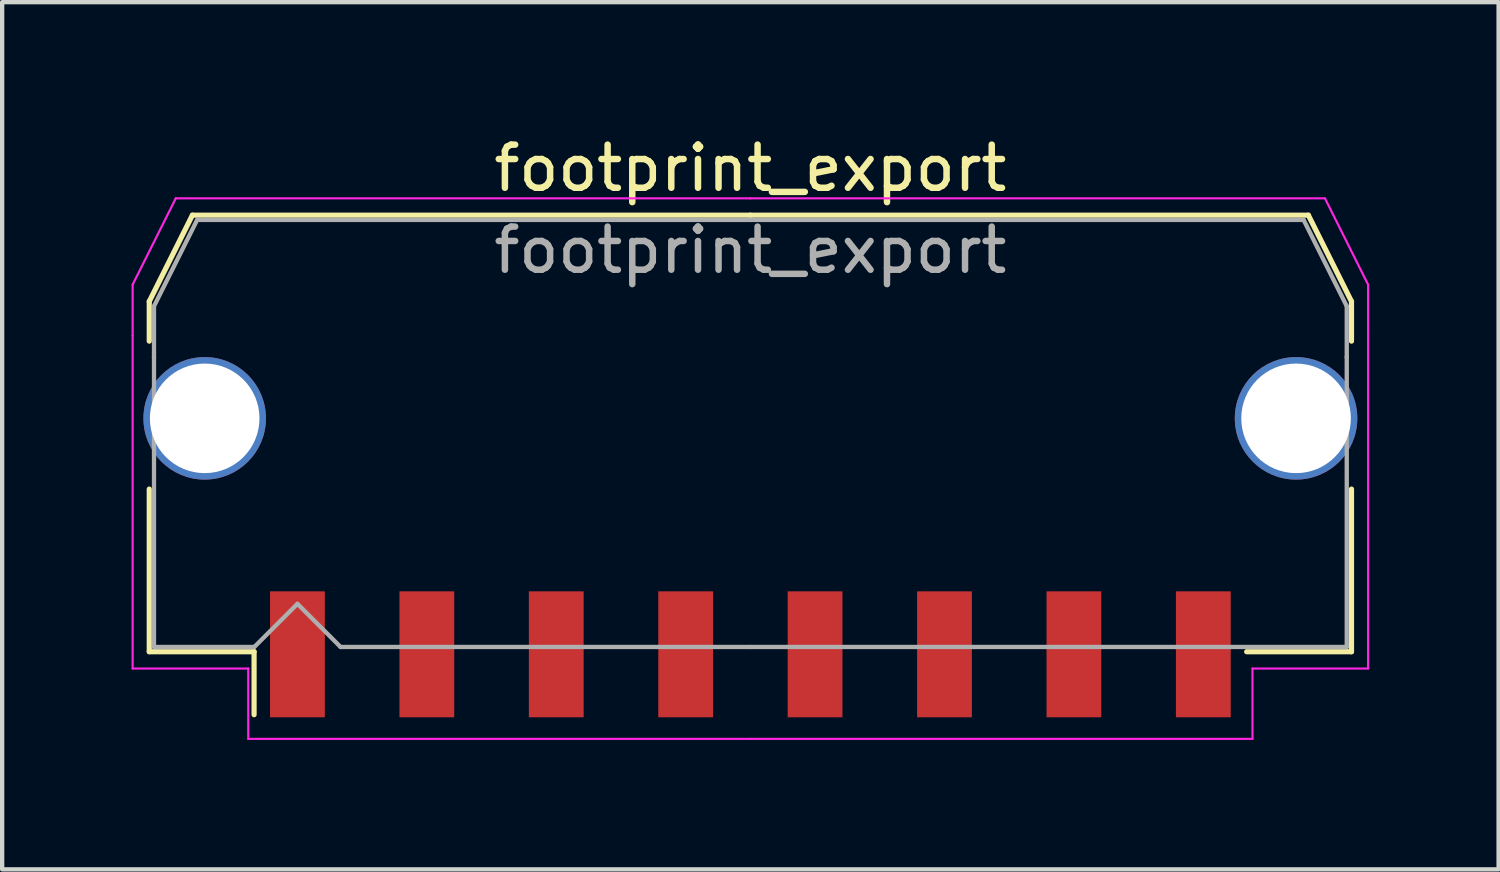
<source format=kicad_pcb>
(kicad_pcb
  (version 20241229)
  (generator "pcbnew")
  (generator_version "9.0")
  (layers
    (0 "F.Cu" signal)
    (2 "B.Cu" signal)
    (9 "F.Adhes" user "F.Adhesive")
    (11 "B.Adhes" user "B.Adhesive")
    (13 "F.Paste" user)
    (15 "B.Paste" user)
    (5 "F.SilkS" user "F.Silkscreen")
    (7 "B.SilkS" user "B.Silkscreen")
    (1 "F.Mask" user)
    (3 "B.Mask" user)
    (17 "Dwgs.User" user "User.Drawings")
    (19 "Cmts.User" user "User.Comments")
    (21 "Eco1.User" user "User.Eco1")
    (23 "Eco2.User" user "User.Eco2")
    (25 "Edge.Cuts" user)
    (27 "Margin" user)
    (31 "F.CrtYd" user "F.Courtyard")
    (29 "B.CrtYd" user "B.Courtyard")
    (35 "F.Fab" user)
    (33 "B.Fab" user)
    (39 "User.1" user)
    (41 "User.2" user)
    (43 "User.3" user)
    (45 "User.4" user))
  (footprint "footprint_export"
    (layer "F.Cu")
    (at 14.345 6.998)
    (property "Reference" "footprint_export" (at 0 -6.15 0) (layer "F.SilkS") (effects (font (size 1 1) (thickness 0.15))))
    (attr smd)
    (fp_line (start -13.935 -3.06) (end -13.935 -2.14) (stroke (width 0.12) (type solid)) (layer "F.SilkS"))
    (fp_line (start -13.935 1.29) (end -13.935 5.06) (stroke (width 0.12) (type solid)) (layer "F.SilkS"))
    (fp_line (start -13.935 5.06) (end -11.505 5.06) (stroke (width 0.12) (type solid)) (layer "F.SilkS"))
    (fp_line (start -12.935 -5.06) (end -13.935 -3.06) (stroke (width 0.12) (type solid)) (layer "F.SilkS"))
    (fp_line (start -11.505 5.06) (end -11.505 6.52) (stroke (width 0.12) (type solid)) (layer "F.SilkS"))
    (fp_line (start 0 -5.06) (end -12.935 -5.06) (stroke (width 0.12) (type solid)) (layer "F.SilkS"))
    (fp_line (start 0 -5.06) (end 12.935 -5.06) (stroke (width 0.12) (type solid)) (layer "F.SilkS"))
    (fp_line (start 12.935 -5.06) (end 13.935 -3.06) (stroke (width 0.12) (type solid)) (layer "F.SilkS"))
    (fp_line (start 13.935 -3.06) (end 13.935 -2.14) (stroke (width 0.12) (type solid)) (layer "F.SilkS"))
    (fp_line (start 13.935 1.29) (end 13.935 5.06) (stroke (width 0.12) (type solid)) (layer "F.SilkS"))
    (fp_line (start 13.935 5.06) (end 11.505 5.06) (stroke (width 0.12) (type solid)) (layer "F.SilkS"))
    (fp_line (start -14.32 -3.45) (end -14.32 -2.27) (stroke (width 0.05) (type solid)) (layer "F.CrtYd"))
    (fp_line (start -14.32 -2.27) (end -14.32 5.45) (stroke (width 0.05) (type solid)) (layer "F.CrtYd"))
    (fp_line (start -14.32 5.45) (end -11.64 5.45) (stroke (width 0.05) (type solid)) (layer "F.CrtYd"))
    (fp_line (start -13.32 -5.45) (end -14.32 -3.45) (stroke (width 0.05) (type solid)) (layer "F.CrtYd"))
    (fp_line (start -11.64 5.45) (end -11.64 7.08) (stroke (width 0.05) (type solid)) (layer "F.CrtYd"))
    (fp_line (start -11.64 7.08) (end 0 7.08) (stroke (width 0.05) (type solid)) (layer "F.CrtYd"))
    (fp_line (start 0 -5.45) (end -13.32 -5.45) (stroke (width 0.05) (type solid)) (layer "F.CrtYd"))
    (fp_line (start 0 -5.45) (end 13.32 -5.45) (stroke (width 0.05) (type solid)) (layer "F.CrtYd"))
    (fp_line (start 11.64 5.45) (end 11.64 7.08) (stroke (width 0.05) (type solid)) (layer "F.CrtYd"))
    (fp_line (start 11.64 7.08) (end 0 7.08) (stroke (width 0.05) (type solid)) (layer "F.CrtYd"))
    (fp_line (start 13.32 -5.45) (end 14.32 -3.45) (stroke (width 0.05) (type solid)) (layer "F.CrtYd"))
    (fp_line (start 14.32 -3.45) (end 14.32 -2.27) (stroke (width 0.05) (type solid)) (layer "F.CrtYd"))
    (fp_line (start 14.32 -2.27) (end 14.32 5.45) (stroke (width 0.05) (type solid)) (layer "F.CrtYd"))
    (fp_line (start 14.32 5.45) (end 11.64 5.45) (stroke (width 0.05) (type solid)) (layer "F.CrtYd"))
    (fp_line (start -13.825 -2.95) (end -13.825 -1.77) (stroke (width 0.1) (type solid)) (layer "F.Fab"))
    (fp_line (start -13.825 -1.77) (end -13.825 4.95) (stroke (width 0.1) (type solid)) (layer "F.Fab"))
    (fp_line (start -13.825 4.95) (end -11.5 4.95) (stroke (width 0.1) (type solid)) (layer "F.Fab"))
    (fp_line (start -12.825 -4.95) (end -13.825 -2.95) (stroke (width 0.1) (type solid)) (layer "F.Fab"))
    (fp_line (start -11.5 4.95) (end -10.5 3.95) (stroke (width 0.1) (type solid)) (layer "F.Fab"))
    (fp_line (start -10.5 3.95) (end -9.5 4.95) (stroke (width 0.1) (type solid)) (layer "F.Fab"))
    (fp_line (start -9.5 4.95) (end 0 4.95) (stroke (width 0.1) (type solid)) (layer "F.Fab"))
    (fp_line (start 0 -4.95) (end -12.825 -4.95) (stroke (width 0.1) (type solid)) (layer "F.Fab"))
    (fp_line (start 0 -4.95) (end 12.825 -4.95) (stroke (width 0.1) (type solid)) (layer "F.Fab"))
    (fp_line (start 11.135 4.95) (end 0 4.95) (stroke (width 0.1) (type solid)) (layer "F.Fab"))
    (fp_line (start 12.825 -4.95) (end 13.825 -2.95) (stroke (width 0.1) (type solid)) (layer "F.Fab"))
    (fp_line (start 13.825 -2.95) (end 13.825 -1.77) (stroke (width 0.1) (type solid)) (layer "F.Fab"))
    (fp_line (start 13.825 -1.77) (end 13.825 4.95) (stroke (width 0.1) (type solid)) (layer "F.Fab"))
    (fp_line (start 13.825 4.95) (end 11.135 4.95) (stroke (width 0.1) (type solid)) (layer "F.Fab"))
    (fp_text user "${REFERENCE}" (at 0 -4.25 0) (layer "F.Fab") (effects (font (size 1 1) (thickness 0.15))))
    (pad "1" smd rect (at -10.5 5.12) (size 1.27 2.92) (layers "F.Cu" "F.Mask" "F.Paste"))
    (pad "2" smd rect (at -7.5 5.12) (size 1.27 2.92) (layers "F.Cu" "F.Mask" "F.Paste"))
    (pad "3" smd rect (at -4.5 5.12) (size 1.27 2.92) (layers "F.Cu" "F.Mask" "F.Paste"))
    (pad "4" smd rect (at -1.5 5.12) (size 1.27 2.92) (layers "F.Cu" "F.Mask" "F.Paste"))
    (pad "5" smd rect (at 1.5 5.12) (size 1.27 2.92) (layers "F.Cu" "F.Mask" "F.Paste"))
    (pad "6" smd rect (at 4.5 5.12) (size 1.27 2.92) (layers "F.Cu" "F.Mask" "F.Paste"))
    (pad "7" smd rect (at 7.5 5.12) (size 1.27 2.92) (layers "F.Cu" "F.Mask" "F.Paste"))
    (pad "8" smd rect (at 10.5 5.12) (size 1.27 2.92) (layers "F.Cu" "F.Mask" "F.Paste"))
    (pad "MP" thru_hole circle (at -12.65 -0.35) (size 2.84 2.84) (drill 2.54) (layers "*.Cu" "*.Mask"))
    (pad "MP" thru_hole circle (at 12.65 -0.35) (size 2.84 2.84) (drill 2.54) (layers "*.Cu" "*.Mask")))
  (gr_rect
    (start -3 -3)
    (end 31.69 17.103)
    (stroke (width 0.1) (type default))
    (fill no)
    (layer "Edge.Cuts")))
</source>
